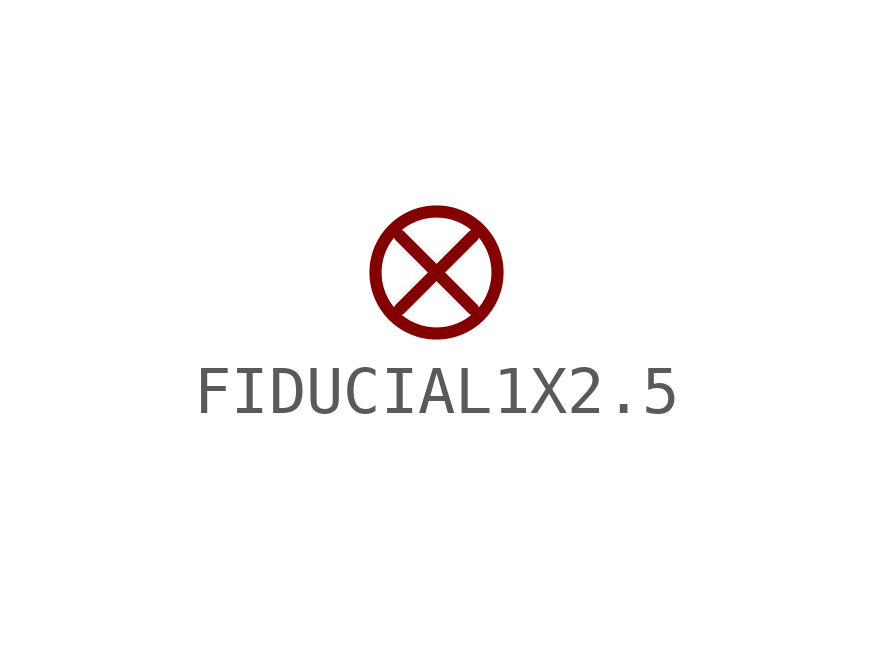
<source format=kicad_sym>
(kicad_symbol_lib
  (version 20211014)
  (generator kicad_symbol_editor)
  (symbol "FIDUCIAL1X2.5"
    (property "Reference" "FID"
      (at 0 0 0)
      (effects (font (size 1.27 1.27)) hide))
    (property "ki_locked" ""
      (at 0 0 0)
      (effects (font (size 1.27 1.27))))
    (symbol "FIDUCIAL1X2.5_1_0"
      (polyline (pts (xy -0.762 0.762) (xy 0.762 -0.762)) (stroke (width 0.254) (type default) (color 0 0 0 0)) (fill (type none)))
      (polyline (pts (xy 0.762 0.762) (xy -0.762 -0.762)) (stroke (width 0.254) (type default) (color 0 0 0 0)) (fill (type none)))
      (circle (center 0 0) (radius 1.27) (stroke (width 0.254)) (stroke (width 0.254) (type default) (color 0 0 0 0)) (fill (type none))))))
</source>
